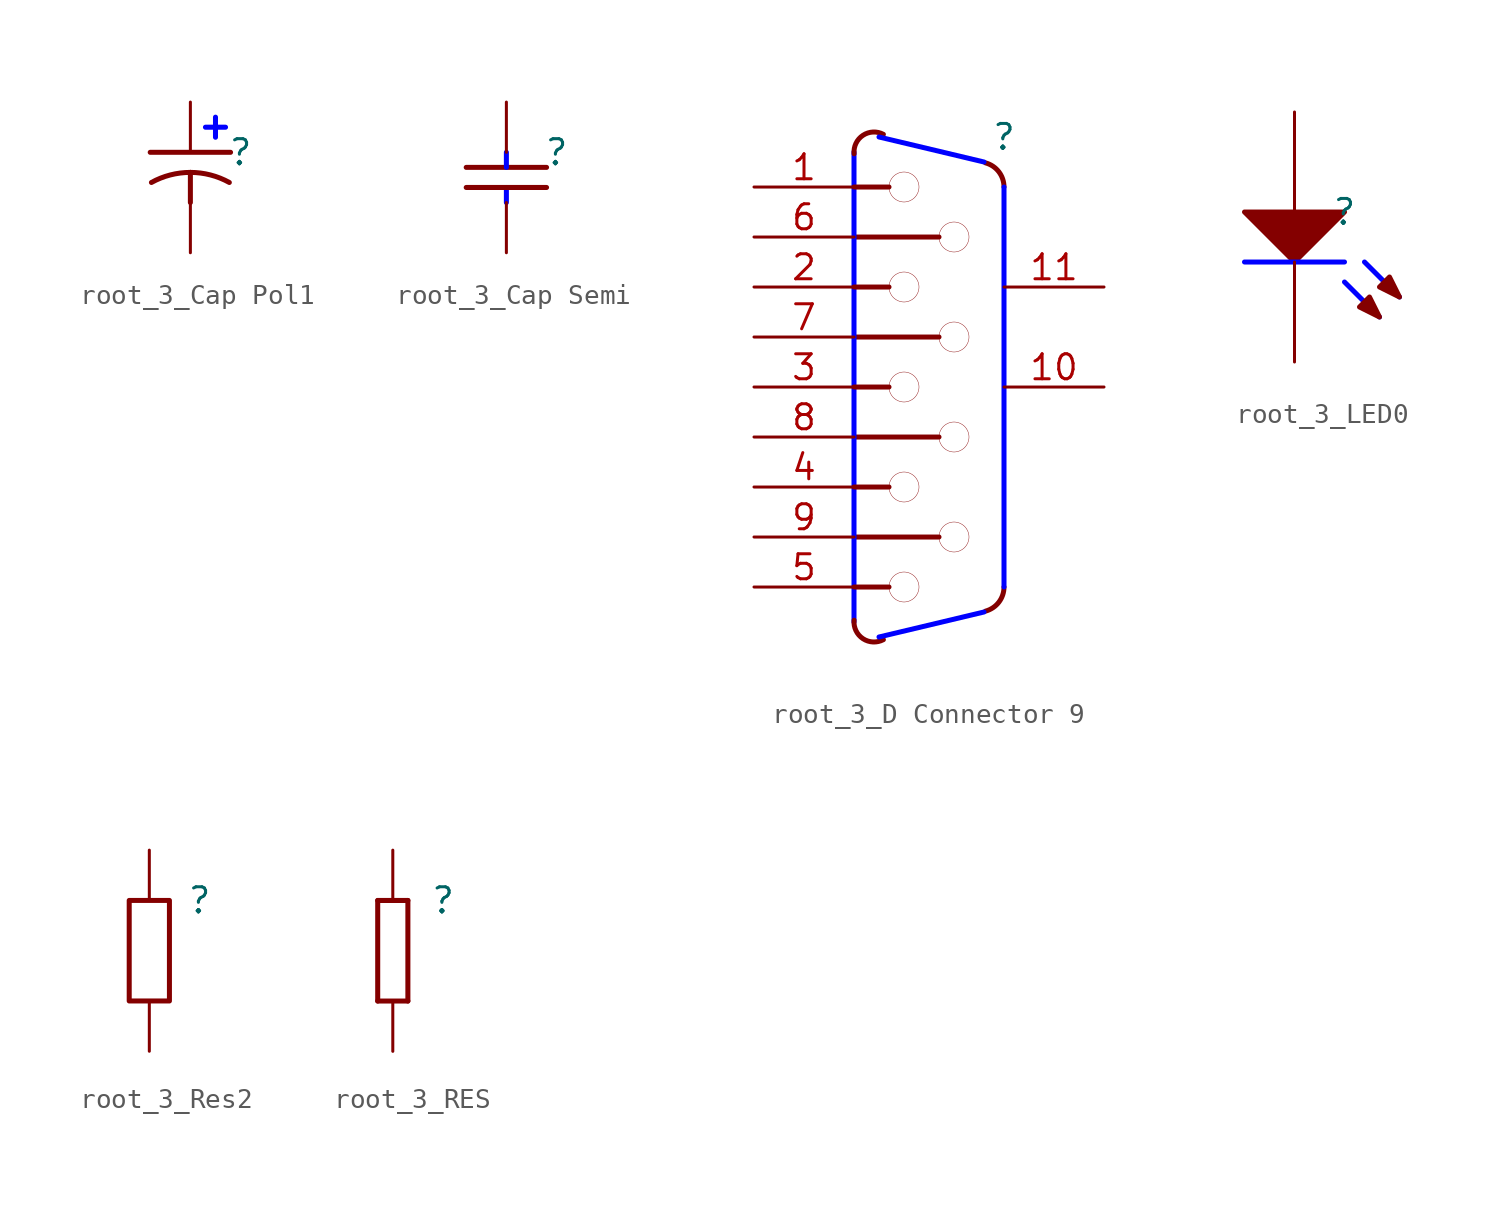
<source format=kicad_sym>
(kicad_symbol_lib
  (version 20220914)
  (generator kicad_symbol_editor)
  (symbol "root_3_Cap Pol1"
    (property "Reference" ""
      (at 0 0 0)
      (effects (font (size 1.27 1.27))))
    (property "Value" ""
      (at 0 0 0)
      (effects (font (size 1.27 1.27))))
    (symbol "root_3_Cap Pol1_1_0"
      (arc (start -2.54 -1.016) (mid -3.5575 -1.1454) (end -4.5103 -1.5255) (stroke (width 0.254) (type solid)) (fill (type none)))
      (arc (start -0.5697 -1.5255) (mid -1.5224 -1.1454) (end -2.54 -1.016) (stroke (width 0.254) (type solid)) (fill (type none)))
      (polyline (pts (xy -4.572 0) (xy -0.508 0)) (stroke (width 0.254) (type solid)) (fill (type none)))
      (polyline (pts (xy -2.54 -1.016) (xy -2.54 -2.54)) (stroke (width 0.254) (type solid)) (fill (type none)))
      (polyline (pts (xy -1.778 1.27) (xy -0.762 1.27)) (stroke (width 0.254) (type solid) (color 0 0 255 1)) (fill (type none)))
      (polyline (pts (xy -1.27 0.762) (xy -1.27 1.778)) (stroke (width 0.254) (type solid) (color 0 0 255 1)) (fill (type none)))
      (pin passive line (at -2.54 2.54 270) (length 2.54) (name "1" (effects (font (size 0 0)))) (number "1" (effects (font (size 0 0)))))
      (pin passive line (at -2.54 -5.08 90) (length 2.54) (name "2" (effects (font (size 0 0)))) (number "2" (effects (font (size 0 0)))))))
  (symbol "root_3_Cap Semi"
    (property "Reference" ""
      (at 0 0 0)
      (effects (font (size 1.27 1.27))))
    (property "Value" ""
      (at 0 0 0)
      (effects (font (size 1.27 1.27))))
    (symbol "root_3_Cap Semi_1_0"
      (polyline (pts (xy -4.572 -0.762) (xy -0.508 -0.762)) (stroke (width 0.254) (type solid)) (fill (type none)))
      (polyline (pts (xy -2.54 -2.54) (xy -2.54 -1.778)) (stroke (width 0.254) (type solid) (color 0 0 255 1)) (fill (type none)))
      (polyline (pts (xy -2.54 0) (xy -2.54 -0.762)) (stroke (width 0.254) (type solid) (color 0 0 255 1)) (fill (type none)))
      (polyline (pts (xy -0.508 -1.778) (xy -4.572 -1.778)) (stroke (width 0.254) (type solid)) (fill (type none)))
      (pin passive line (at -2.54 2.54 270) (length 2.54) (name "1" (effects (font (size 0 0)))) (number "1" (effects (font (size 0 0)))))
      (pin passive line (at -2.54 -5.08 90) (length 2.54) (name "2" (effects (font (size 0 0)))) (number "2" (effects (font (size 0 0)))))))
  (symbol "root_3_D Connector 9"
    (property "Reference" ""
      (at 0 0 0)
      (effects (font (size 1.27 1.27))))
    (property "Value" ""
      (at 0 0 0)
      (effects (font (size 1.27 1.27))))
    (symbol "root_3_D Connector 9_1_0"
      (arc (start -7.6161 -24.5494) (mid -7.1648 -25.4852) (end -6.127 -25.5351) (stroke (width 0.254) (type solid)) (fill (type none)))
      (arc (start -6.127 0.1351) (mid -7.1648 0.0852) (end -7.6161 -0.8506) (stroke (width 0.254) (type solid)) (fill (type none)))
      (circle (center -5.08 -22.86) (radius 0.762) (stroke (width 0.0001) (type solid)) (fill (type none)))
      (circle (center -5.08 -17.78) (radius 0.762) (stroke (width 0.0001) (type solid)) (fill (type none)))
      (circle (center -5.08 -12.7) (radius 0.762) (stroke (width 0.0001) (type solid)) (fill (type none)))
      (circle (center -5.08 -7.62) (radius 0.762) (stroke (width 0.0001) (type solid)) (fill (type none)))
      (circle (center -5.08 -2.54) (radius 0.762) (stroke (width 0.0001) (type solid)) (fill (type none)))
      (circle (center -2.54 -20.32) (radius 0.762) (stroke (width 0.0001) (type solid)) (fill (type none)))
      (circle (center -2.54 -15.24) (radius 0.762) (stroke (width 0.0001) (type solid)) (fill (type none)))
      (circle (center -2.54 -10.16) (radius 0.762) (stroke (width 0.0001) (type solid)) (fill (type none)))
      (circle (center -2.54 -5.08) (radius 0.762) (stroke (width 0.0001) (type solid)) (fill (type none)))
      (arc (start -0.9405 -24.0865) (mid -0.2622 -23.6328) (end 0 -22.86) (stroke (width 0.254) (type solid)) (fill (type none)))
      (arc (start 0 -2.54) (mid -0.2622 -1.7672) (end -0.9405 -1.3135) (stroke (width 0.254) (type solid)) (fill (type none)))
      (polyline (pts (xy -7.62 -24.638) (xy -7.62 -22.86)) (stroke (width 0.254) (type solid) (color 0 0 255 1)) (fill (type none)))
      (polyline (pts (xy -7.62 -22.86) (xy -7.62 -2.54)) (stroke (width 0.254) (type solid) (color 0 0 255 1)) (fill (type none)))
      (polyline (pts (xy -7.62 -20.32) (xy -3.302 -20.32)) (stroke (width 0.254) (type solid)) (fill (type none)))
      (polyline (pts (xy -7.62 -15.24) (xy -3.302 -15.24)) (stroke (width 0.254) (type solid)) (fill (type none)))
      (polyline (pts (xy -7.62 -10.16) (xy -3.302 -10.16)) (stroke (width 0.254) (type solid)) (fill (type none)))
      (polyline (pts (xy -7.62 -5.08) (xy -3.302 -5.08)) (stroke (width 0.254) (type solid)) (fill (type none)))
      (polyline (pts (xy -7.62 -0.762) (xy -7.62 -2.54)) (stroke (width 0.254) (type solid) (color 0 0 255 1)) (fill (type none)))
      (polyline (pts (xy -5.842 -22.86) (xy -7.62 -22.86)) (stroke (width 0.254) (type solid)) (fill (type none)))
      (polyline (pts (xy -5.842 -17.78) (xy -7.62 -17.78)) (stroke (width 0.254) (type solid)) (fill (type none)))
      (polyline (pts (xy -5.842 -12.7) (xy -7.62 -12.7)) (stroke (width 0.254) (type solid)) (fill (type none)))
      (polyline (pts (xy -5.842 -7.62) (xy -7.62 -7.62)) (stroke (width 0.254) (type solid)) (fill (type none)))
      (polyline (pts (xy -5.842 -2.54) (xy -7.62 -2.54)) (stroke (width 0.254) (type solid)) (fill (type none)))
      (polyline (pts (xy -1.016 -24.13) (xy -6.35 -25.4)) (stroke (width 0.254) (type solid) (color 0 0 255 1)) (fill (type none)))
      (polyline (pts (xy -1.016 -1.27) (xy -6.35 0)) (stroke (width 0.254) (type solid) (color 0 0 255 1)) (fill (type none)))
      (polyline (pts (xy 0 -22.86) (xy 0 -2.54)) (stroke (width 0.254) (type solid) (color 0 0 255 1)) (fill (type none)))
      (pin passive line (at -12.7 -2.54 0) (length 5.08) (name "1" (effects (font (size 0 0)))) (number "1" (effects (font (size 1.27 1.27)))))
      (pin passive line (at 5.08 -12.7 180) (length 5.08) (name "MH1" (effects (font (size 0 0)))) (number "10" (effects (font (size 1.27 1.27)))))
      (pin passive line (at 5.08 -7.62 180) (length 5.08) (name "MH2" (effects (font (size 0 0)))) (number "11" (effects (font (size 1.27 1.27)))))
      (pin passive line (at -12.7 -7.62 0) (length 5.08) (name "2" (effects (font (size 0 0)))) (number "2" (effects (font (size 1.27 1.27)))))
      (pin passive line (at -12.7 -12.7 0) (length 5.08) (name "3" (effects (font (size 0 0)))) (number "3" (effects (font (size 1.27 1.27)))))
      (pin passive line (at -12.7 -17.78 0) (length 5.08) (name "4" (effects (font (size 0 0)))) (number "4" (effects (font (size 1.27 1.27)))))
      (pin passive line (at -12.7 -22.86 0) (length 5.08) (name "5" (effects (font (size 0 0)))) (number "5" (effects (font (size 1.27 1.27)))))
      (pin passive line (at -12.7 -5.08 0) (length 5.08) (name "6" (effects (font (size 0 0)))) (number "6" (effects (font (size 1.27 1.27)))))
      (pin passive line (at -12.7 -10.16 0) (length 5.08) (name "7" (effects (font (size 0 0)))) (number "7" (effects (font (size 1.27 1.27)))))
      (pin passive line (at -12.7 -15.24 0) (length 5.08) (name "8" (effects (font (size 0 0)))) (number "8" (effects (font (size 1.27 1.27)))))
      (pin passive line (at -12.7 -20.32 0) (length 5.08) (name "9" (effects (font (size 0 0)))) (number "9" (effects (font (size 1.27 1.27)))))))
  (symbol "root_3_LED0"
    (property "Reference" ""
      (at 0 0 0)
      (effects (font (size 1.27 1.27))))
    (property "Value" ""
      (at 0 0 0)
      (effects (font (size 1.27 1.27))))
    (symbol "root_3_LED0_1_0"
      (polyline (pts (xy 0 -3.556) (xy 1.778 -5.334)) (stroke (width 0.254) (type solid) (color 0 0 255 1)) (fill (type none)))
      (polyline (pts (xy 0 -2.54) (xy -5.08 -2.54)) (stroke (width 0.254) (type solid) (color 0 0 255 1)) (fill (type none)))
      (polyline (pts (xy 1.016 -2.54) (xy 2.794 -4.318)) (stroke (width 0.254) (type solid) (color 0 0 255 1)) (fill (type none)))
      (polyline (pts (xy -5.08 0) (xy -2.54 -2.54) (xy 0 0) (xy -5.08 0)) (stroke (width 0.254) (type solid)) (fill (type outline)))
      (polyline (pts (xy 1.778 -5.334) (xy 1.27 -4.318) (xy 0.762 -4.826) (xy 1.778 -5.334)) (stroke (width 0.254) (type solid)) (fill (type outline)))
      (polyline (pts (xy 2.794 -4.318) (xy 2.286 -3.302) (xy 1.778 -3.81) (xy 2.794 -4.318)) (stroke (width 0.254) (type solid)) (fill (type outline)))
      (pin passive line (at -2.54 5.08 270) (length 5.08) (name "A" (effects (font (size 0 0)))) (number "1" (effects (font (size 0 0)))))
      (pin passive line (at -2.54 -7.62 90) (length 5.08) (name "K" (effects (font (size 0 0)))) (number "2" (effects (font (size 0 0)))))))
  (symbol "root_3_Res2"
    (property "Reference" ""
      (at 0 0 0)
      (effects (font (size 1.27 1.27))))
    (property "Value" ""
      (at 0 0 0)
      (effects (font (size 1.27 1.27))))
    (symbol "root_3_Res2_1_0"
      (rectangle (start -1.524 0) (end -3.556 -5.08) (stroke (width 0.254) (type solid)) (fill (type none)))
      (pin passive line (at -2.54 2.54 270) (length 2.54) (name "1" (effects (font (size 0 0)))) (number "1" (effects (font (size 0 0)))))
      (pin passive line (at -2.54 -7.62 90) (length 2.54) (name "2" (effects (font (size 0 0)))) (number "2" (effects (font (size 0 0)))))))
  (symbol "root_3_RES"
    (property "Reference" ""
      (at 0 0 0)
      (effects (font (size 1.27 1.27))))
    (property "Value" ""
      (at 0 0 0)
      (effects (font (size 1.27 1.27))))
    (symbol "root_3_RES_1_0"
      (polyline (pts (xy -3.302 0) (xy -3.302 -5.08)) (stroke (width 0.254) (type solid)) (fill (type none)))
      (polyline (pts (xy -1.778 -5.08) (xy -3.302 -5.08)) (stroke (width 0.254) (type solid)) (fill (type none)))
      (polyline (pts (xy -1.778 0) (xy -3.302 0)) (stroke (width 0.254) (type solid)) (fill (type none)))
      (polyline (pts (xy -1.778 0) (xy -1.778 -5.08)) (stroke (width 0.254) (type solid)) (fill (type none)))
      (pin passive line (at -2.54 2.54 270) (length 2.54) (name "1" (effects (font (size 0 0)))) (number "1" (effects (font (size 0 0)))))
      (pin passive line (at -2.54 -7.62 90) (length 2.54) (name "2" (effects (font (size 0 0)))) (number "2" (effects (font (size 0 0))))))))
</source>
